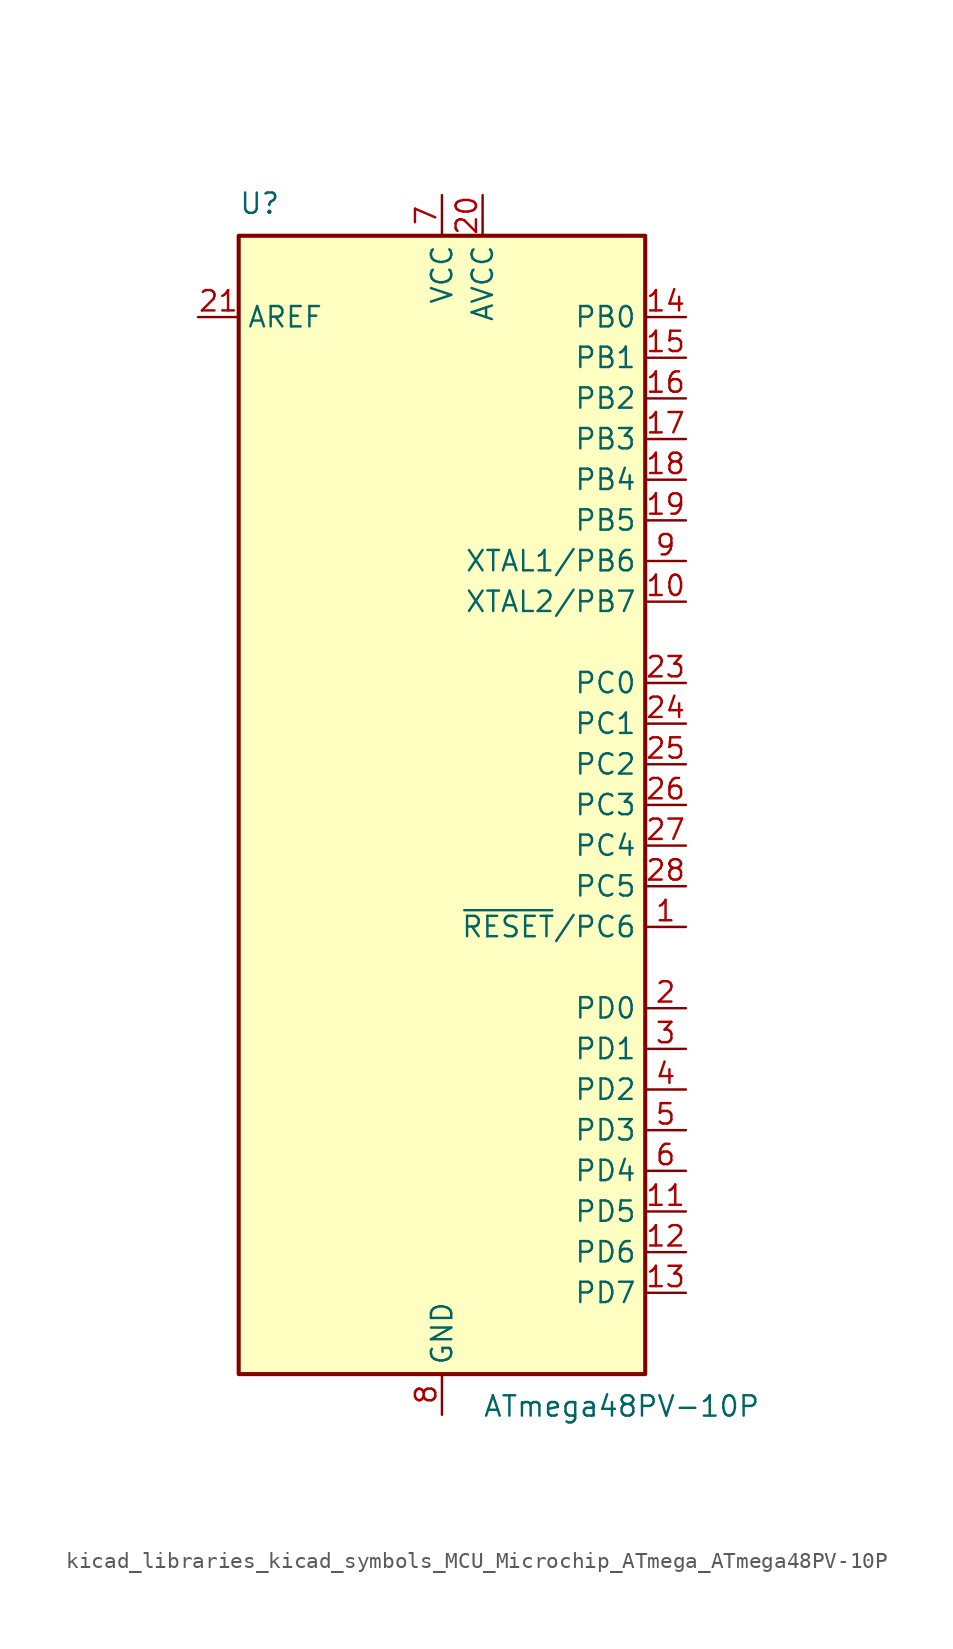
<source format=kicad_sym>
(kicad_symbol_lib
  (version 20220914)
  (generator kicad_symbol_editor)
  (symbol "kicad_libraries_kicad_symbols_MCU_Microchip_ATmega_ATmega48PV-10P"
    (property "Reference" "U"
      (at -12.7 36.83 0)
      (effects (font (size 1.27 1.27)) (justify left bottom)))
    (property "Value" "ATmega48PV-10P"
      (at 2.54 -36.83 0)
      (effects (font (size 1.27 1.27)) (justify left top)))
    (symbol "kicad_libraries_kicad_symbols_MCU_Microchip_ATmega_ATmega48PV-10P_0_1"
      (rectangle (start -12.7 -35.56) (end 12.7 35.56) (stroke (width 0.254) (type default)) (fill (type background))))
    (symbol "kicad_libraries_kicad_symbols_MCU_Microchip_ATmega_ATmega48PV-10P_1_1"
      (pin bidirectional line (at 15.24 -7.62 180) (length 2.54) (name "~{RESET}/PC6" (effects (font (size 1.27 1.27)))) (number "1" (effects (font (size 1.27 1.27)))))
      (pin bidirectional line (at 15.24 12.7 180) (length 2.54) (name "XTAL2/PB7" (effects (font (size 1.27 1.27)))) (number "10" (effects (font (size 1.27 1.27)))))
      (pin bidirectional line (at 15.24 -25.4 180) (length 2.54) (name "PD5" (effects (font (size 1.27 1.27)))) (number "11" (effects (font (size 1.27 1.27)))))
      (pin bidirectional line (at 15.24 -27.94 180) (length 2.54) (name "PD6" (effects (font (size 1.27 1.27)))) (number "12" (effects (font (size 1.27 1.27)))))
      (pin bidirectional line (at 15.24 -30.48 180) (length 2.54) (name "PD7" (effects (font (size 1.27 1.27)))) (number "13" (effects (font (size 1.27 1.27)))))
      (pin bidirectional line (at 15.24 30.48 180) (length 2.54) (name "PB0" (effects (font (size 1.27 1.27)))) (number "14" (effects (font (size 1.27 1.27)))))
      (pin bidirectional line (at 15.24 27.94 180) (length 2.54) (name "PB1" (effects (font (size 1.27 1.27)))) (number "15" (effects (font (size 1.27 1.27)))))
      (pin bidirectional line (at 15.24 25.4 180) (length 2.54) (name "PB2" (effects (font (size 1.27 1.27)))) (number "16" (effects (font (size 1.27 1.27)))))
      (pin bidirectional line (at 15.24 22.86 180) (length 2.54) (name "PB3" (effects (font (size 1.27 1.27)))) (number "17" (effects (font (size 1.27 1.27)))))
      (pin bidirectional line (at 15.24 20.32 180) (length 2.54) (name "PB4" (effects (font (size 1.27 1.27)))) (number "18" (effects (font (size 1.27 1.27)))))
      (pin bidirectional line (at 15.24 17.78 180) (length 2.54) (name "PB5" (effects (font (size 1.27 1.27)))) (number "19" (effects (font (size 1.27 1.27)))))
      (pin bidirectional line (at 15.24 -12.7 180) (length 2.54) (name "PD0" (effects (font (size 1.27 1.27)))) (number "2" (effects (font (size 1.27 1.27)))))
      (pin power_in line (at 2.54 38.1 270) (length 2.54) (name "AVCC" (effects (font (size 1.27 1.27)))) (number "20" (effects (font (size 1.27 1.27)))))
      (pin passive line (at -15.24 30.48 0) (length 2.54) (name "AREF" (effects (font (size 1.27 1.27)))) (number "21" (effects (font (size 1.27 1.27)))))
      (pin passive line (at 0 -38.1 90) (length 2.54) hide (name "GND" (effects (font (size 1.27 1.27)))) (number "22" (effects (font (size 1.27 1.27)))))
      (pin bidirectional line (at 15.24 7.62 180) (length 2.54) (name "PC0" (effects (font (size 1.27 1.27)))) (number "23" (effects (font (size 1.27 1.27)))))
      (pin bidirectional line (at 15.24 5.08 180) (length 2.54) (name "PC1" (effects (font (size 1.27 1.27)))) (number "24" (effects (font (size 1.27 1.27)))))
      (pin bidirectional line (at 15.24 2.54 180) (length 2.54) (name "PC2" (effects (font (size 1.27 1.27)))) (number "25" (effects (font (size 1.27 1.27)))))
      (pin bidirectional line (at 15.24 0 180) (length 2.54) (name "PC3" (effects (font (size 1.27 1.27)))) (number "26" (effects (font (size 1.27 1.27)))))
      (pin bidirectional line (at 15.24 -2.54 180) (length 2.54) (name "PC4" (effects (font (size 1.27 1.27)))) (number "27" (effects (font (size 1.27 1.27)))))
      (pin bidirectional line (at 15.24 -5.08 180) (length 2.54) (name "PC5" (effects (font (size 1.27 1.27)))) (number "28" (effects (font (size 1.27 1.27)))))
      (pin bidirectional line (at 15.24 -15.24 180) (length 2.54) (name "PD1" (effects (font (size 1.27 1.27)))) (number "3" (effects (font (size 1.27 1.27)))))
      (pin bidirectional line (at 15.24 -17.78 180) (length 2.54) (name "PD2" (effects (font (size 1.27 1.27)))) (number "4" (effects (font (size 1.27 1.27)))))
      (pin bidirectional line (at 15.24 -20.32 180) (length 2.54) (name "PD3" (effects (font (size 1.27 1.27)))) (number "5" (effects (font (size 1.27 1.27)))))
      (pin bidirectional line (at 15.24 -22.86 180) (length 2.54) (name "PD4" (effects (font (size 1.27 1.27)))) (number "6" (effects (font (size 1.27 1.27)))))
      (pin power_in line (at 0 38.1 270) (length 2.54) (name "VCC" (effects (font (size 1.27 1.27)))) (number "7" (effects (font (size 1.27 1.27)))))
      (pin power_in line (at 0 -38.1 90) (length 2.54) (name "GND" (effects (font (size 1.27 1.27)))) (number "8" (effects (font (size 1.27 1.27)))))
      (pin bidirectional line (at 15.24 15.24 180) (length 2.54) (name "XTAL1/PB6" (effects (font (size 1.27 1.27)))) (number "9" (effects (font (size 1.27 1.27))))))))
</source>
